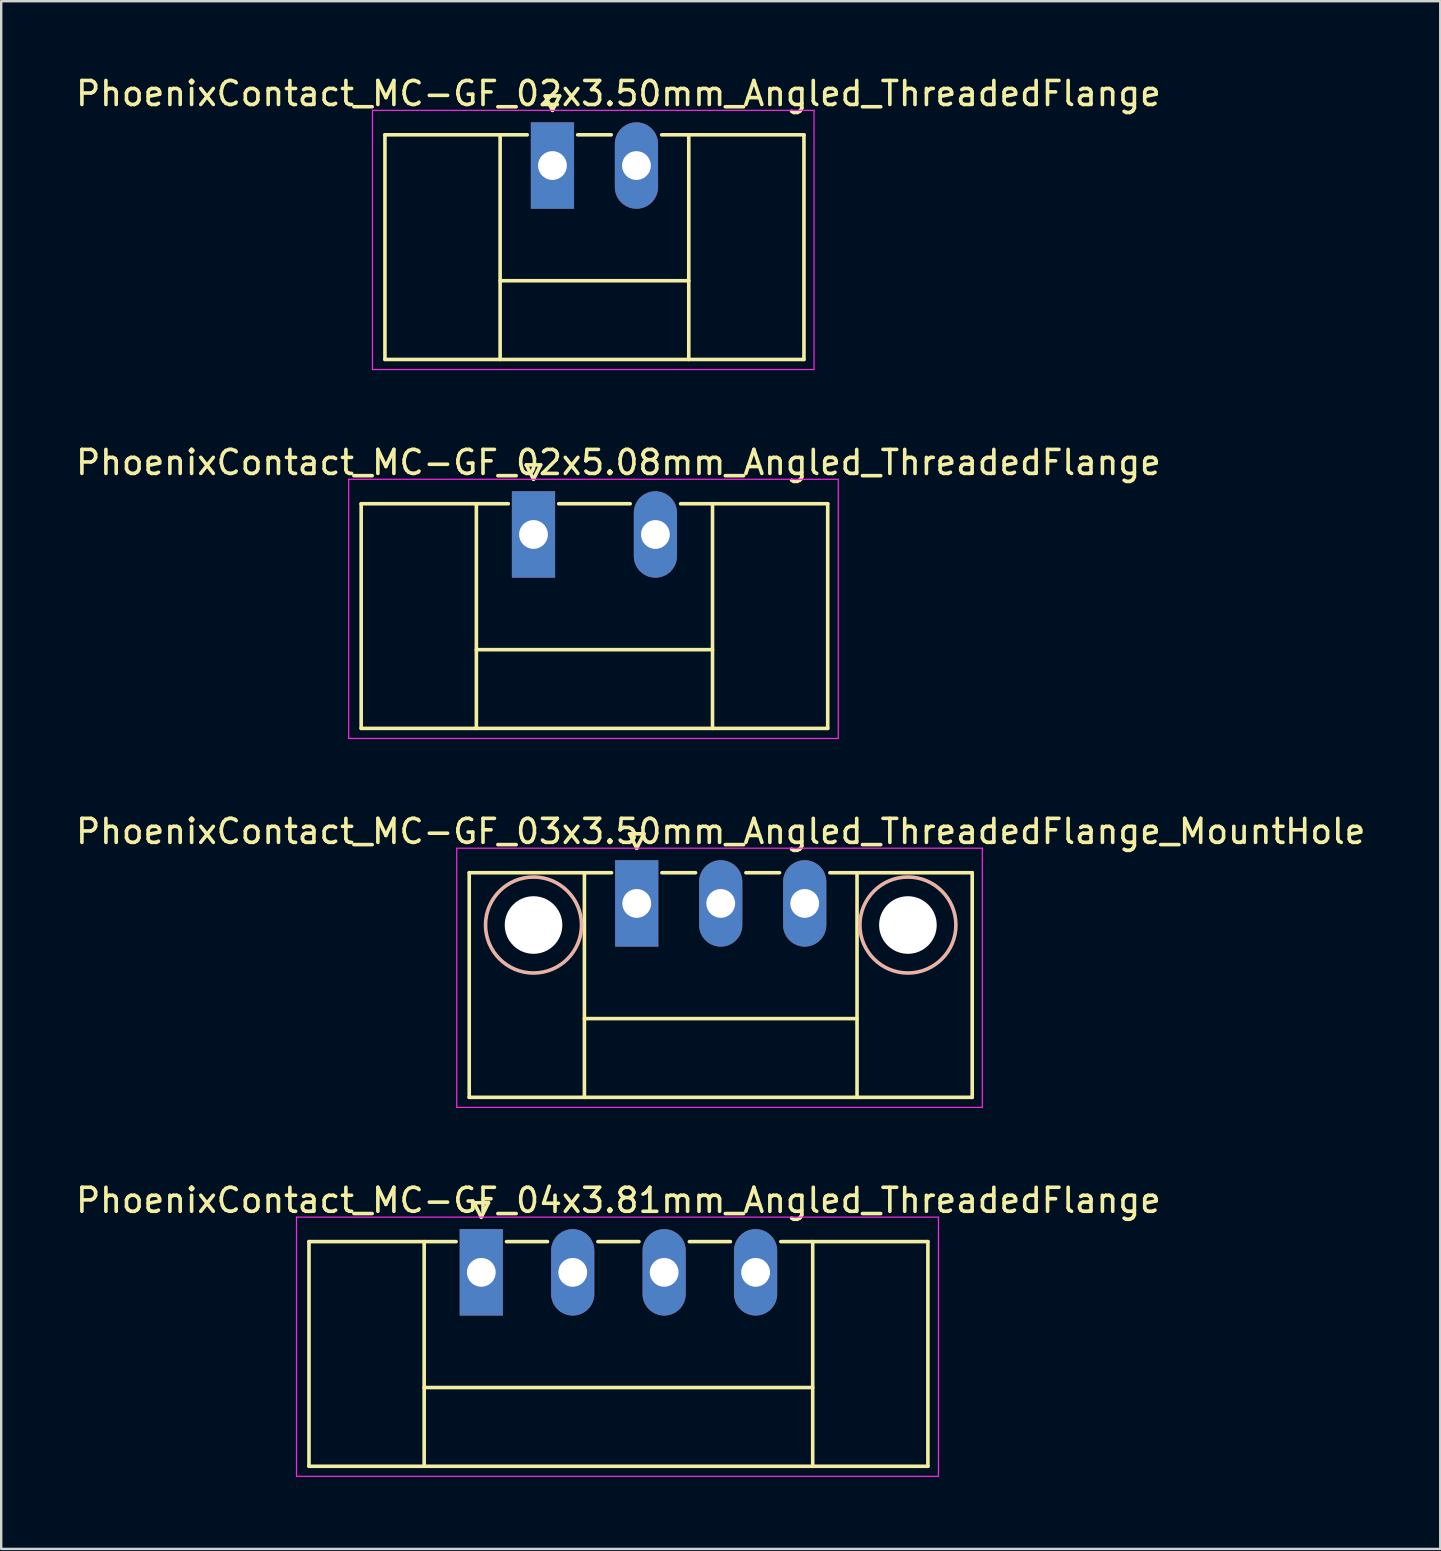
<source format=kicad_pcb>
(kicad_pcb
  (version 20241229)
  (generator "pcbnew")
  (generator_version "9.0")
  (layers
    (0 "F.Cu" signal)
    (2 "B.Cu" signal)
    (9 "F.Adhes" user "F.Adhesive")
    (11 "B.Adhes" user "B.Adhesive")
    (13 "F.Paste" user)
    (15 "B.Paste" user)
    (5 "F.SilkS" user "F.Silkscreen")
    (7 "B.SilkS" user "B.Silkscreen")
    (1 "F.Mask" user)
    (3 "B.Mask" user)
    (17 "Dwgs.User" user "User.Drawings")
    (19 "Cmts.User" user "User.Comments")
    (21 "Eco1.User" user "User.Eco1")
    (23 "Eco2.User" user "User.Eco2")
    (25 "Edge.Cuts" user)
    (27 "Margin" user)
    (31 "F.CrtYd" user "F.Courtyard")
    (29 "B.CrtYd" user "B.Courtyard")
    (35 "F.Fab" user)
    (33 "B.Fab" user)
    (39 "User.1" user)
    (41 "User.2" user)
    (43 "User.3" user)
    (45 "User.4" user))
  (footprint "PhoenixContact_MC-GF_02x3.50mm_Angled_ThreadedFlange"
    (layer "F.Cu")
    (at 19.97 3.848)
    (property "Reference" "PhoenixContact_MC-GF_02x3.50mm_Angled_ThreadedFlange" (at 2.75 -3 0) (layer "F.SilkS") (effects (font (size 1 1) (thickness 0.15))))
    (attr through_hole)
    (fp_line (start -6.98 -1.28) (end -6.98 8.08) (stroke (width 0.15) (type solid)) (layer "F.SilkS"))
    (fp_line (start -6.98 -1.28) (end -1.05 -1.28) (stroke (width 0.15) (type solid)) (layer "F.SilkS"))
    (fp_line (start -6.98 8.08) (end 10.48 8.08) (stroke (width 0.15) (type solid)) (layer "F.SilkS"))
    (fp_line (start -2.18 -1.28) (end -2.18 8.08) (stroke (width 0.15) (type solid)) (layer "F.SilkS"))
    (fp_line (start -2.18 4.8) (end 5.68 4.8) (stroke (width 0.15) (type solid)) (layer "F.SilkS"))
    (fp_line (start -0.3 -2.9) (end 0 -2.3) (stroke (width 0.15) (type solid)) (layer "F.SilkS"))
    (fp_line (start 0 -2.3) (end 0.3 -2.9) (stroke (width 0.15) (type solid)) (layer "F.SilkS"))
    (fp_line (start 0.3 -2.9) (end -0.3 -2.9) (stroke (width 0.15) (type solid)) (layer "F.SilkS"))
    (fp_line (start 1.05 -1.28) (end 2.45 -1.28) (stroke (width 0.15) (type solid)) (layer "F.SilkS"))
    (fp_line (start 5.68 -1.28) (end 5.68 8.08) (stroke (width 0.15) (type solid)) (layer "F.SilkS"))
    (fp_line (start 10.48 -1.28) (end 4.55 -1.28) (stroke (width 0.15) (type solid)) (layer "F.SilkS"))
    (fp_line (start 10.48 8.08) (end 10.48 -1.28) (stroke (width 0.15) (type solid)) (layer "F.SilkS"))
    (fp_line (start -7.5 -2.3) (end -7.5 8.5) (stroke (width 0.05) (type solid)) (layer "F.CrtYd"))
    (fp_line (start -7.5 8.5) (end 10.9 8.5) (stroke (width 0.05) (type solid)) (layer "F.CrtYd"))
    (fp_line (start 10.9 -2.3) (end -7.5 -2.3) (stroke (width 0.05) (type solid)) (layer "F.CrtYd"))
    (fp_line (start 10.9 8.5) (end 10.9 -2.3) (stroke (width 0.05) (type solid)) (layer "F.CrtYd"))
    (pad "1" thru_hole rect (at 0 0) (size 1.8 3.6) (drill 1.2) (layers "*.Cu" "*.Mask"))
    (pad "2" thru_hole oval (at 3.5 0) (size 1.8 3.6) (drill 1.2) (layers "*.Cu" "*.Mask")))
  (footprint "PhoenixContact_MC-GF_02x5.08mm_Angled_ThreadedFlange"
    (layer "F.Cu")
    (at 19.18 19.221)
    (property "Reference" "PhoenixContact_MC-GF_02x5.08mm_Angled_ThreadedFlange" (at 3.54 -3 0) (layer "F.SilkS") (effects (font (size 1 1) (thickness 0.15))))
    (attr through_hole)
    (fp_line (start -7.18 -1.28) (end -7.18 8.08) (stroke (width 0.15) (type solid)) (layer "F.SilkS"))
    (fp_line (start -7.18 -1.28) (end -1.05 -1.28) (stroke (width 0.15) (type solid)) (layer "F.SilkS"))
    (fp_line (start -7.18 8.08) (end 12.26 8.08) (stroke (width 0.15) (type solid)) (layer "F.SilkS"))
    (fp_line (start -2.38 -1.28) (end -2.38 8.08) (stroke (width 0.15) (type solid)) (layer "F.SilkS"))
    (fp_line (start -2.38 4.8) (end 7.46 4.8) (stroke (width 0.15) (type solid)) (layer "F.SilkS"))
    (fp_line (start -0.3 -2.9) (end 0 -2.3) (stroke (width 0.15) (type solid)) (layer "F.SilkS"))
    (fp_line (start 0 -2.3) (end 0.3 -2.9) (stroke (width 0.15) (type solid)) (layer "F.SilkS"))
    (fp_line (start 0.3 -2.9) (end -0.3 -2.9) (stroke (width 0.15) (type solid)) (layer "F.SilkS"))
    (fp_line (start 1.05 -1.28) (end 4.03 -1.28) (stroke (width 0.15) (type solid)) (layer "F.SilkS"))
    (fp_line (start 7.46 -1.28) (end 7.46 8.08) (stroke (width 0.15) (type solid)) (layer "F.SilkS"))
    (fp_line (start 12.26 -1.28) (end 6.13 -1.28) (stroke (width 0.15) (type solid)) (layer "F.SilkS"))
    (fp_line (start 12.26 8.08) (end 12.26 -1.28) (stroke (width 0.15) (type solid)) (layer "F.SilkS"))
    (fp_line (start -7.7 -2.3) (end -7.7 8.5) (stroke (width 0.05) (type solid)) (layer "F.CrtYd"))
    (fp_line (start -7.7 8.5) (end 12.7 8.5) (stroke (width 0.05) (type solid)) (layer "F.CrtYd"))
    (fp_line (start 12.7 -2.3) (end -7.7 -2.3) (stroke (width 0.05) (type solid)) (layer "F.CrtYd"))
    (fp_line (start 12.7 8.5) (end 12.7 -2.3) (stroke (width 0.05) (type solid)) (layer "F.CrtYd"))
    (pad "1" thru_hole rect (at 0 0) (size 1.8 3.6) (drill 1.2) (layers "*.Cu" "*.Mask"))
    (pad "2" thru_hole oval (at 5.08 0) (size 1.8 3.6) (drill 1.2) (layers "*.Cu" "*.Mask")))
  (footprint "PhoenixContact_MC-GF_03x3.50mm_Angled_ThreadedFlange_MountHole"
    (layer "F.Cu")
    (at 23.482 34.595)
    (property "Reference" "PhoenixContact_MC-GF_03x3.50mm_Angled_ThreadedFlange_MountHole" (at 3.5 -3 0) (layer "F.SilkS") (effects (font (size 1 1) (thickness 0.15))))
    (attr through_hole)
    (fp_line (start -6.98 -1.28) (end -6.98 8.08) (stroke (width 0.15) (type solid)) (layer "F.SilkS"))
    (fp_line (start -6.98 -1.28) (end -1.05 -1.28) (stroke (width 0.15) (type solid)) (layer "F.SilkS"))
    (fp_line (start -6.98 8.08) (end 13.98 8.08) (stroke (width 0.15) (type solid)) (layer "F.SilkS"))
    (fp_line (start -2.18 -1.28) (end -2.18 8.08) (stroke (width 0.15) (type solid)) (layer "F.SilkS"))
    (fp_line (start -2.18 4.8) (end 9.18 4.8) (stroke (width 0.15) (type solid)) (layer "F.SilkS"))
    (fp_line (start -0.3 -2.9) (end 0 -2.3) (stroke (width 0.15) (type solid)) (layer "F.SilkS"))
    (fp_line (start 0 -2.3) (end 0.3 -2.9) (stroke (width 0.15) (type solid)) (layer "F.SilkS"))
    (fp_line (start 0.3 -2.9) (end -0.3 -2.9) (stroke (width 0.15) (type solid)) (layer "F.SilkS"))
    (fp_line (start 1.05 -1.28) (end 2.45 -1.28) (stroke (width 0.15) (type solid)) (layer "F.SilkS"))
    (fp_line (start 4.55 -1.28) (end 5.95 -1.28) (stroke (width 0.15) (type solid)) (layer "F.SilkS"))
    (fp_line (start 9.18 -1.28) (end 9.18 8.08) (stroke (width 0.15) (type solid)) (layer "F.SilkS"))
    (fp_line (start 13.98 -1.28) (end 8.05 -1.28) (stroke (width 0.15) (type solid)) (layer "F.SilkS"))
    (fp_line (start 13.98 8.08) (end 13.98 -1.28) (stroke (width 0.15) (type solid)) (layer "F.SilkS"))
    (fp_circle (center -4.3 0.9) (end -2.3 0.9) (stroke (width 0.15) (type solid)) (fill no) (layer "B.SilkS"))
    (fp_circle (center 11.3 0.9) (end 13.3 0.9) (stroke (width 0.15) (type solid)) (fill no) (layer "B.SilkS"))
    (fp_line (start -7.5 -2.3) (end -7.5 8.5) (stroke (width 0.05) (type solid)) (layer "F.CrtYd"))
    (fp_line (start -7.5 8.5) (end 14.4 8.5) (stroke (width 0.05) (type solid)) (layer "F.CrtYd"))
    (fp_line (start 14.4 -2.3) (end -7.5 -2.3) (stroke (width 0.05) (type solid)) (layer "F.CrtYd"))
    (fp_line (start 14.4 8.5) (end 14.4 -2.3) (stroke (width 0.05) (type solid)) (layer "F.CrtYd"))
    (pad "" np_thru_hole circle (at -4.3 0.9) (size 2.4 2.4) (drill 2.4) (layers "*.Cu" "*.Mask"))
    (pad "" np_thru_hole circle (at 11.3 0.9) (size 2.4 2.4) (drill 2.4) (layers "*.Cu" "*.Mask"))
    (pad "1" thru_hole rect (at 0 0) (size 1.8 3.6) (drill 1.2) (layers "*.Cu" "*.Mask"))
    (pad "2" thru_hole oval (at 3.5 0) (size 1.8 3.6) (drill 1.2) (layers "*.Cu" "*.Mask"))
    (pad "3" thru_hole oval (at 7 0) (size 1.8 3.6) (drill 1.2) (layers "*.Cu" "*.Mask")))
  (footprint "PhoenixContact_MC-GF_04x3.81mm_Angled_ThreadedFlange"
    (layer "F.Cu")
    (at 17.005 49.968)
    (property "Reference" "PhoenixContact_MC-GF_04x3.81mm_Angled_ThreadedFlange" (at 5.715 -3 0) (layer "F.SilkS") (effects (font (size 1 1) (thickness 0.15))))
    (attr through_hole)
    (fp_line (start -7.18 -1.28) (end -7.18 8.08) (stroke (width 0.15) (type solid)) (layer "F.SilkS"))
    (fp_line (start -7.18 -1.28) (end -1.05 -1.28) (stroke (width 0.15) (type solid)) (layer "F.SilkS"))
    (fp_line (start -7.18 8.08) (end 18.61 8.08) (stroke (width 0.15) (type solid)) (layer "F.SilkS"))
    (fp_line (start -2.38 -1.28) (end -2.38 8.08) (stroke (width 0.15) (type solid)) (layer "F.SilkS"))
    (fp_line (start -2.38 4.8) (end 13.81 4.8) (stroke (width 0.15) (type solid)) (layer "F.SilkS"))
    (fp_line (start -0.3 -2.9) (end 0 -2.3) (stroke (width 0.15) (type solid)) (layer "F.SilkS"))
    (fp_line (start 0 -2.3) (end 0.3 -2.9) (stroke (width 0.15) (type solid)) (layer "F.SilkS"))
    (fp_line (start 0.3 -2.9) (end -0.3 -2.9) (stroke (width 0.15) (type solid)) (layer "F.SilkS"))
    (fp_line (start 1.05 -1.28) (end 2.76 -1.28) (stroke (width 0.15) (type solid)) (layer "F.SilkS"))
    (fp_line (start 4.86 -1.28) (end 6.57 -1.28) (stroke (width 0.15) (type solid)) (layer "F.SilkS"))
    (fp_line (start 8.67 -1.28) (end 10.38 -1.28) (stroke (width 0.15) (type solid)) (layer "F.SilkS"))
    (fp_line (start 13.81 -1.28) (end 13.81 8.08) (stroke (width 0.15) (type solid)) (layer "F.SilkS"))
    (fp_line (start 18.61 -1.28) (end 12.48 -1.28) (stroke (width 0.15) (type solid)) (layer "F.SilkS"))
    (fp_line (start 18.61 8.08) (end 18.61 -1.28) (stroke (width 0.15) (type solid)) (layer "F.SilkS"))
    (fp_line (start -7.7 -2.3) (end -7.7 8.5) (stroke (width 0.05) (type solid)) (layer "F.CrtYd"))
    (fp_line (start -7.7 8.5) (end 19.05 8.5) (stroke (width 0.05) (type solid)) (layer "F.CrtYd"))
    (fp_line (start 19.05 -2.3) (end -7.7 -2.3) (stroke (width 0.05) (type solid)) (layer "F.CrtYd"))
    (fp_line (start 19.05 8.5) (end 19.05 -2.3) (stroke (width 0.05) (type solid)) (layer "F.CrtYd"))
    (pad "1" thru_hole rect (at 0 0) (size 1.8 3.6) (drill 1.2) (layers "*.Cu" "*.Mask"))
    (pad "2" thru_hole oval (at 3.81 0) (size 1.8 3.6) (drill 1.2) (layers "*.Cu" "*.Mask"))
    (pad "3" thru_hole oval (at 7.62 0) (size 1.8 3.6) (drill 1.2) (layers "*.Cu" "*.Mask"))
    (pad "4" thru_hole oval (at 11.43 0) (size 1.8 3.6) (drill 1.2) (layers "*.Cu" "*.Mask")))
  (gr_rect
    (start -3 -3)
    (end 56.964 61.493)
    (stroke (width 0.1) (type default))
    (fill no)
    (layer "Edge.Cuts")))
</source>
